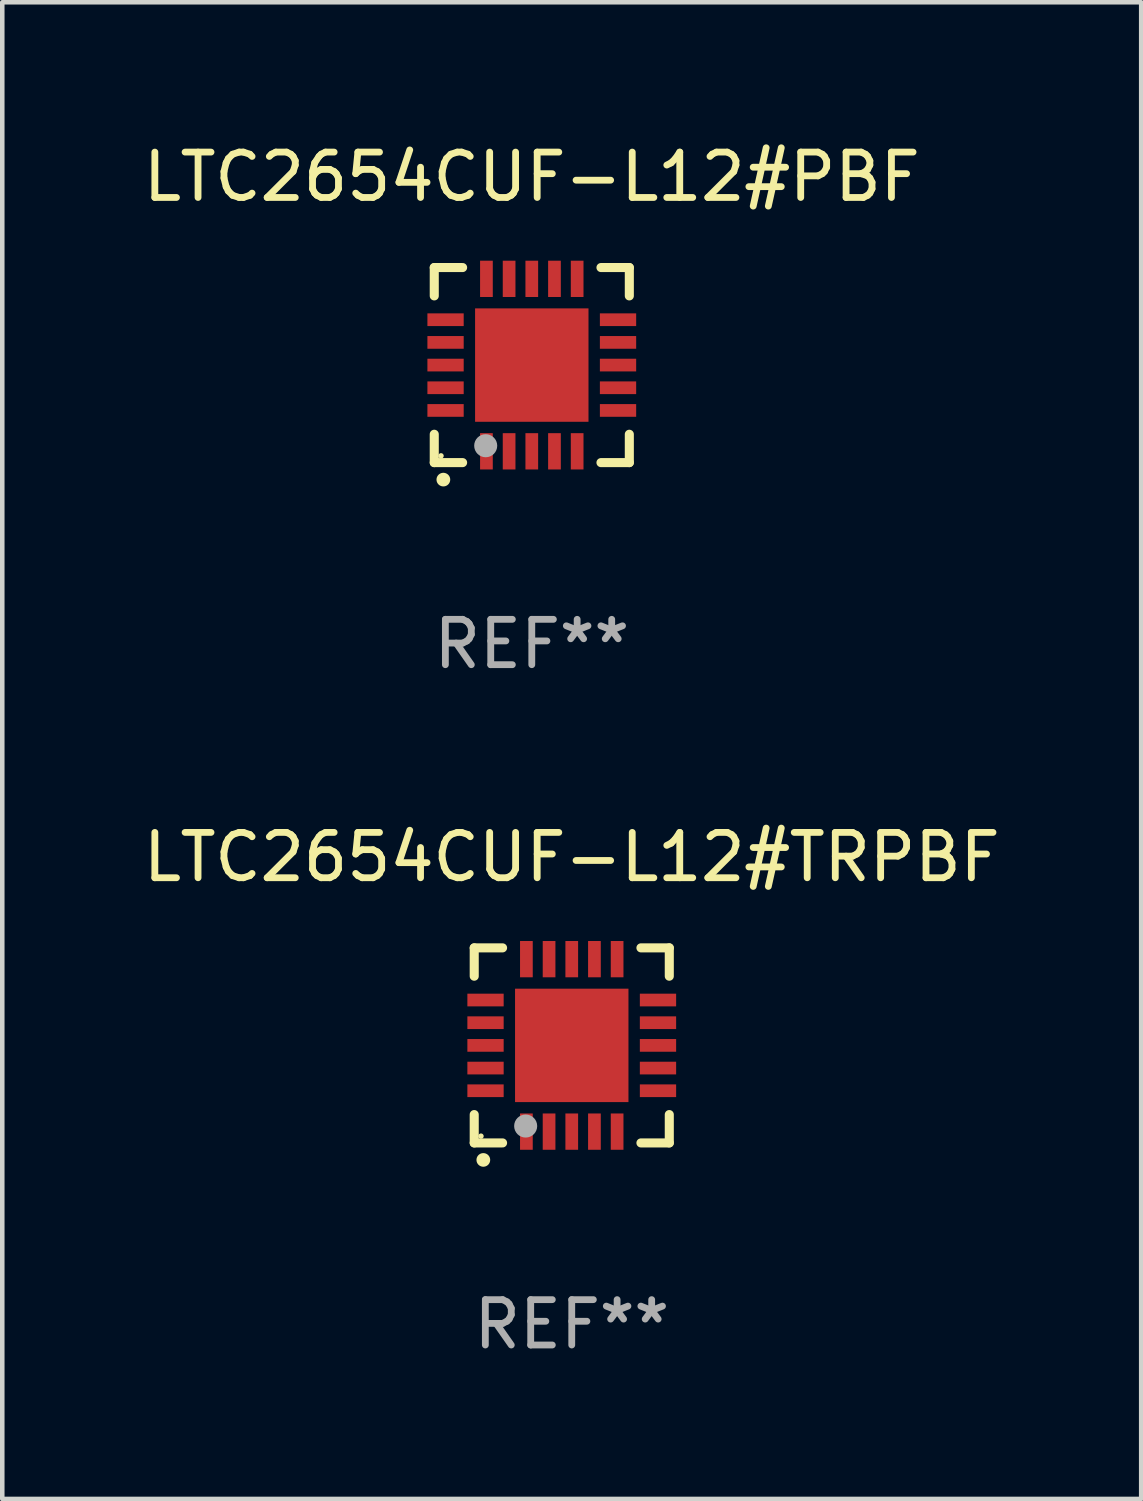
<source format=kicad_pcb>
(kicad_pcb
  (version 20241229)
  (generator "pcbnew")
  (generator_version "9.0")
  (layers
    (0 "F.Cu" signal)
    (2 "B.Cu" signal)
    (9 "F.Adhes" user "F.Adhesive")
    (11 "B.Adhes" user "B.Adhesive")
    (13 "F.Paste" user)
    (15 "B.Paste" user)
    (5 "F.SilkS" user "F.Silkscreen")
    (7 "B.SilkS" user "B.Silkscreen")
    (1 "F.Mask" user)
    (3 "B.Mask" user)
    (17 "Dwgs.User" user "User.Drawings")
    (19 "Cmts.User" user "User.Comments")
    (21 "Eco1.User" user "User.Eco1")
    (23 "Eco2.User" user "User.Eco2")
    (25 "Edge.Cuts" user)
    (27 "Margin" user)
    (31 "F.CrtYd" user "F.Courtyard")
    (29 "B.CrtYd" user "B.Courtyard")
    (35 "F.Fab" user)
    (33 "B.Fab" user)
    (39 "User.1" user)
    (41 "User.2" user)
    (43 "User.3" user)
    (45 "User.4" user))
  (footprint "LTC2654CUF-L12#PBF"
    (layer "F.Cu")
    (at 8.673 4.998)
    (property "Reference" "LTC2654CUF-L12#PBF" (at 0 -4.15 0) (layer "F.SilkS") (effects (font (size 1 1) (thickness 0.15))))
    (attr through_hole)
    (fp_line (start -2.15 -2.15) (end -2.15 -1.525) (stroke (width 0.2) (type solid)) (layer "F.SilkS"))
    (fp_line (start -2.15 2.15) (end -2.15 1.525) (stroke (width 0.2) (type solid)) (layer "F.SilkS"))
    (fp_line (start -1.525 -2.15) (end -2.15 -2.15) (stroke (width 0.2) (type solid)) (layer "F.SilkS"))
    (fp_line (start -1.525 2.15) (end -2.15 2.15) (stroke (width 0.2) (type solid)) (layer "F.SilkS"))
    (fp_line (start 1.525 2.15) (end 2.15 2.15) (stroke (width 0.2) (type solid)) (layer "F.SilkS"))
    (fp_line (start 2.15 -2.15) (end 1.525 -2.15) (stroke (width 0.2) (type solid)) (layer "F.SilkS"))
    (fp_line (start 2.15 -1.525) (end 2.15 -2.15) (stroke (width 0.2) (type solid)) (layer "F.SilkS"))
    (fp_line (start 2.15 2.15) (end 2.15 1.525) (stroke (width 0.2) (type solid)) (layer "F.SilkS"))
    (fp_arc (start -1.950724 2.524765) (mid -1.949454 2.52476) (end -1.948184 2.524765) (stroke (width 0.3) (type solid)) (layer "F.SilkS"))
    (fp_circle (center -2.001 2.001) (end -1.971 2.001) (stroke (width 0.06) (type solid)) (fill no) (layer "F.SilkS"))
    (fp_circle (center -1.016 1.778) (end -0.889 1.778) (stroke (width 0.254) (type solid)) (fill no) (layer "F.Fab"))
    (fp_text user "REF**" (at 0 6.15 0) (layer "F.Fab") (effects (font (size 1 1) (thickness 0.15))))
    (pad "1" smd rect (at -1 1.901) (size 0.28 0.8) (layers "F.Cu" "F.Mask" "F.Paste"))
    (pad "2" smd rect (at -0.5 1.901) (size 0.28 0.8) (layers "F.Cu" "F.Mask" "F.Paste"))
    (pad "3" smd rect (at 0 1.901) (size 0.28 0.8) (layers "F.Cu" "F.Mask" "F.Paste"))
    (pad "4" smd rect (at 0.5 1.901) (size 0.28 0.8) (layers "F.Cu" "F.Mask" "F.Paste"))
    (pad "5" smd rect (at 1 1.901) (size 0.28 0.8) (layers "F.Cu" "F.Mask" "F.Paste"))
    (pad "6" smd rect (at 1.901 1) (size 0.8 0.28) (layers "F.Cu" "F.Mask" "F.Paste"))
    (pad "7" smd rect (at 1.901 0.5) (size 0.8 0.28) (layers "F.Cu" "F.Mask" "F.Paste"))
    (pad "8" smd rect (at 1.901 0) (size 0.8 0.28) (layers "F.Cu" "F.Mask" "F.Paste"))
    (pad "9" smd rect (at 1.901 -0.5) (size 0.8 0.28) (layers "F.Cu" "F.Mask" "F.Paste"))
    (pad "10" smd rect (at 1.901 -1) (size 0.8 0.28) (layers "F.Cu" "F.Mask" "F.Paste"))
    (pad "11" smd rect (at 1 -1.901) (size 0.28 0.8) (layers "F.Cu" "F.Mask" "F.Paste"))
    (pad "12" smd rect (at 0.5 -1.901) (size 0.28 0.8) (layers "F.Cu" "F.Mask" "F.Paste"))
    (pad "13" smd rect (at 0 -1.901) (size 0.28 0.8) (layers "F.Cu" "F.Mask" "F.Paste"))
    (pad "14" smd rect (at -0.5 -1.901) (size 0.28 0.8) (layers "F.Cu" "F.Mask" "F.Paste"))
    (pad "15" smd rect (at -1 -1.901) (size 0.28 0.8) (layers "F.Cu" "F.Mask" "F.Paste"))
    (pad "16" smd rect (at -1.901 -1) (size 0.8 0.28) (layers "F.Cu" "F.Mask" "F.Paste"))
    (pad "17" smd rect (at -1.901 -0.5) (size 0.8 0.28) (layers "F.Cu" "F.Mask" "F.Paste"))
    (pad "18" smd rect (at -1.901 0) (size 0.8 0.28) (layers "F.Cu" "F.Mask" "F.Paste"))
    (pad "19" smd rect (at -1.901 0.5) (size 0.8 0.28) (layers "F.Cu" "F.Mask" "F.Paste"))
    (pad "20" smd rect (at -1.901 1) (size 0.8 0.28) (layers "F.Cu" "F.Mask" "F.Paste"))
    (pad "21" smd rect (at 0 0) (size 2.5 2.5) (layers "F.Cu" "F.Mask" "F.Paste")))
  (footprint "LTC2654CUF-L12#TRPBF"
    (layer "F.Cu")
    (at 9.554 19.995)
    (property "Reference" "LTC2654CUF-L12#TRPBF" (at 0 -4.15 0) (layer "F.SilkS") (effects (font (size 1 1) (thickness 0.15))))
    (attr through_hole)
    (fp_line (start -2.15 -2.15) (end -2.15 -1.525) (stroke (width 0.2) (type solid)) (layer "F.SilkS"))
    (fp_line (start -2.15 2.15) (end -2.15 1.525) (stroke (width 0.2) (type solid)) (layer "F.SilkS"))
    (fp_line (start -1.525 -2.15) (end -2.15 -2.15) (stroke (width 0.2) (type solid)) (layer "F.SilkS"))
    (fp_line (start -1.525 2.15) (end -2.15 2.15) (stroke (width 0.2) (type solid)) (layer "F.SilkS"))
    (fp_line (start 1.525 2.15) (end 2.15 2.15) (stroke (width 0.2) (type solid)) (layer "F.SilkS"))
    (fp_line (start 2.15 -2.15) (end 1.525 -2.15) (stroke (width 0.2) (type solid)) (layer "F.SilkS"))
    (fp_line (start 2.15 -1.525) (end 2.15 -2.15) (stroke (width 0.2) (type solid)) (layer "F.SilkS"))
    (fp_line (start 2.15 2.15) (end 2.15 1.525) (stroke (width 0.2) (type solid)) (layer "F.SilkS"))
    (fp_arc (start -1.950724 2.524765) (mid -1.949454 2.52476) (end -1.948184 2.524765) (stroke (width 0.3) (type solid)) (layer "F.SilkS"))
    (fp_circle (center -2.001 2.001) (end -1.971 2.001) (stroke (width 0.06) (type solid)) (fill no) (layer "F.SilkS"))
    (fp_circle (center -1.016 1.778) (end -0.889 1.778) (stroke (width 0.254) (type solid)) (fill no) (layer "F.Fab"))
    (fp_text user "REF**" (at 0 6.15 0) (layer "F.Fab") (effects (font (size 1 1) (thickness 0.15))))
    (pad "1" smd rect (at -1 1.901) (size 0.28 0.8) (layers "F.Cu" "F.Mask" "F.Paste"))
    (pad "2" smd rect (at -0.5 1.901) (size 0.28 0.8) (layers "F.Cu" "F.Mask" "F.Paste"))
    (pad "3" smd rect (at 0 1.901) (size 0.28 0.8) (layers "F.Cu" "F.Mask" "F.Paste"))
    (pad "4" smd rect (at 0.5 1.901) (size 0.28 0.8) (layers "F.Cu" "F.Mask" "F.Paste"))
    (pad "5" smd rect (at 1 1.901) (size 0.28 0.8) (layers "F.Cu" "F.Mask" "F.Paste"))
    (pad "6" smd rect (at 1.901 1) (size 0.8 0.28) (layers "F.Cu" "F.Mask" "F.Paste"))
    (pad "7" smd rect (at 1.901 0.5) (size 0.8 0.28) (layers "F.Cu" "F.Mask" "F.Paste"))
    (pad "8" smd rect (at 1.901 0) (size 0.8 0.28) (layers "F.Cu" "F.Mask" "F.Paste"))
    (pad "9" smd rect (at 1.901 -0.5) (size 0.8 0.28) (layers "F.Cu" "F.Mask" "F.Paste"))
    (pad "10" smd rect (at 1.901 -1) (size 0.8 0.28) (layers "F.Cu" "F.Mask" "F.Paste"))
    (pad "11" smd rect (at 1 -1.901) (size 0.28 0.8) (layers "F.Cu" "F.Mask" "F.Paste"))
    (pad "12" smd rect (at 0.5 -1.901) (size 0.28 0.8) (layers "F.Cu" "F.Mask" "F.Paste"))
    (pad "13" smd rect (at 0 -1.901) (size 0.28 0.8) (layers "F.Cu" "F.Mask" "F.Paste"))
    (pad "14" smd rect (at -0.5 -1.901) (size 0.28 0.8) (layers "F.Cu" "F.Mask" "F.Paste"))
    (pad "15" smd rect (at -1 -1.901) (size 0.28 0.8) (layers "F.Cu" "F.Mask" "F.Paste"))
    (pad "16" smd rect (at -1.901 -1) (size 0.8 0.28) (layers "F.Cu" "F.Mask" "F.Paste"))
    (pad "17" smd rect (at -1.901 -0.5) (size 0.8 0.28) (layers "F.Cu" "F.Mask" "F.Paste"))
    (pad "18" smd rect (at -1.901 0) (size 0.8 0.28) (layers "F.Cu" "F.Mask" "F.Paste"))
    (pad "19" smd rect (at -1.901 0.5) (size 0.8 0.28) (layers "F.Cu" "F.Mask" "F.Paste"))
    (pad "20" smd rect (at -1.901 1) (size 0.8 0.28) (layers "F.Cu" "F.Mask" "F.Paste"))
    (pad "21" smd rect (at 0 0) (size 2.5 2.5) (layers "F.Cu" "F.Mask" "F.Paste")))
  (gr_rect
    (start -3 -3)
    (end 22.107 29.993)
    (stroke (width 0.1) (type default))
    (fill no)
    (layer "Edge.Cuts")))
</source>
